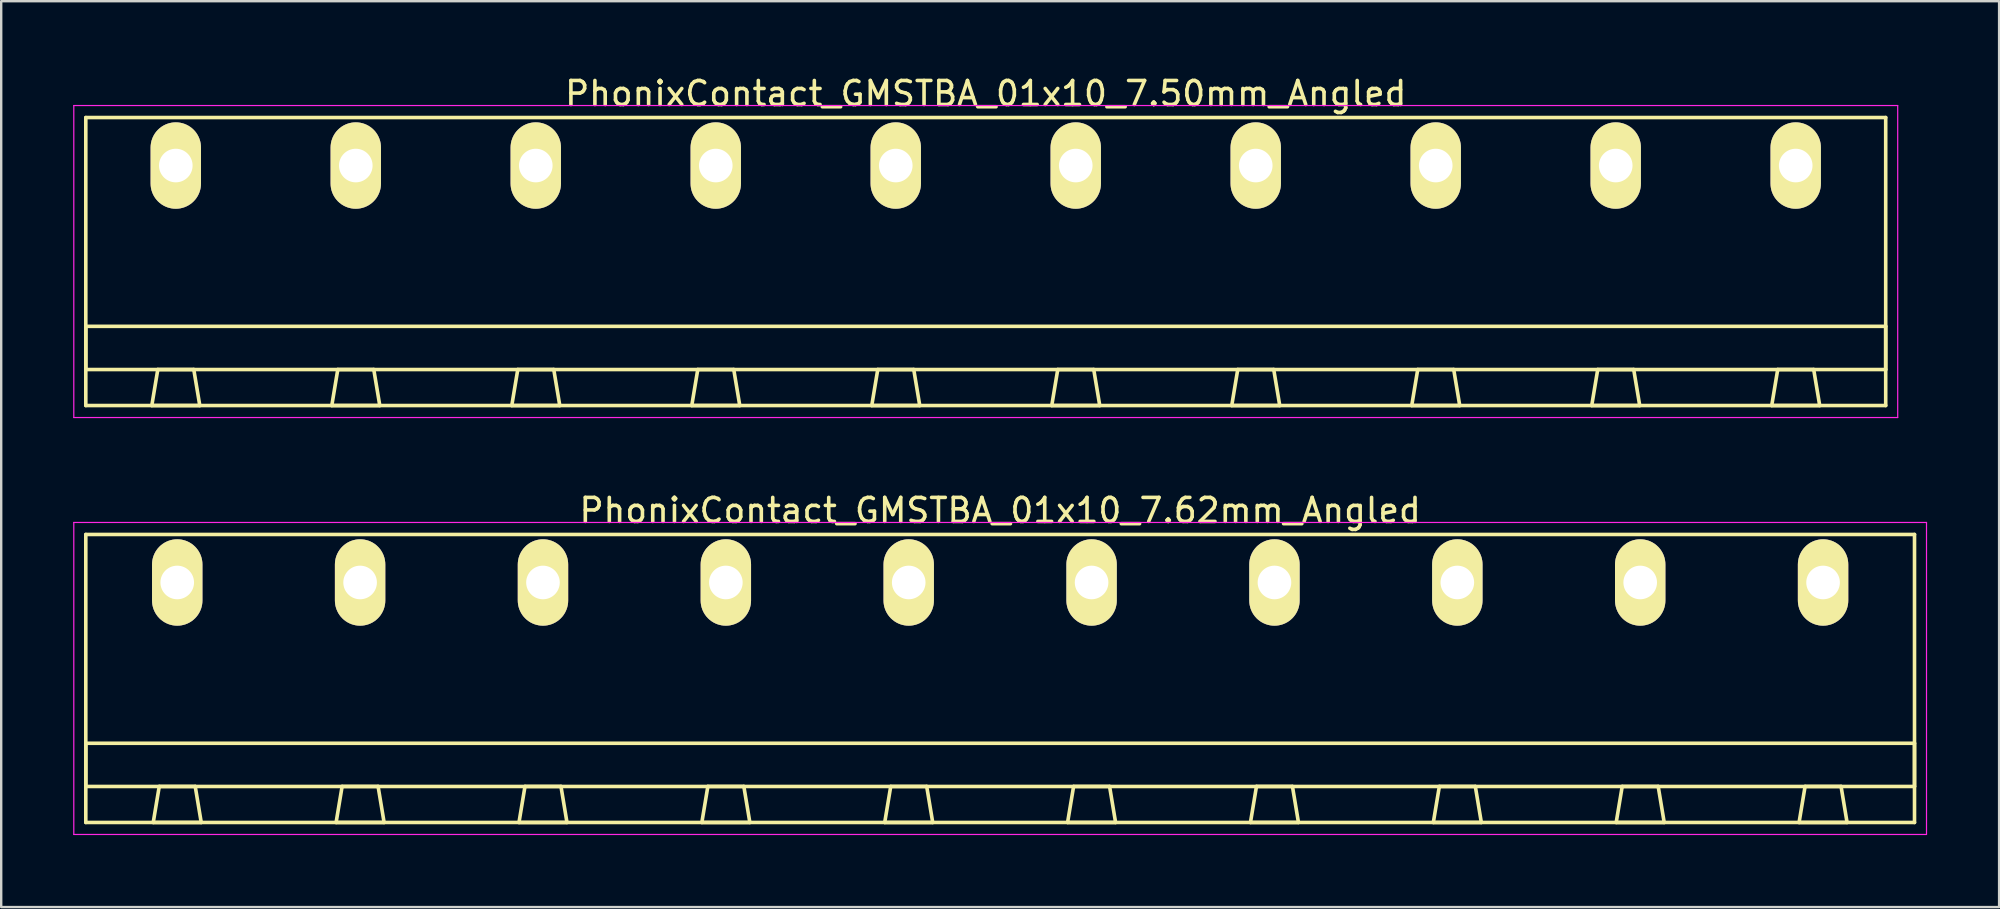
<source format=kicad_pcb>
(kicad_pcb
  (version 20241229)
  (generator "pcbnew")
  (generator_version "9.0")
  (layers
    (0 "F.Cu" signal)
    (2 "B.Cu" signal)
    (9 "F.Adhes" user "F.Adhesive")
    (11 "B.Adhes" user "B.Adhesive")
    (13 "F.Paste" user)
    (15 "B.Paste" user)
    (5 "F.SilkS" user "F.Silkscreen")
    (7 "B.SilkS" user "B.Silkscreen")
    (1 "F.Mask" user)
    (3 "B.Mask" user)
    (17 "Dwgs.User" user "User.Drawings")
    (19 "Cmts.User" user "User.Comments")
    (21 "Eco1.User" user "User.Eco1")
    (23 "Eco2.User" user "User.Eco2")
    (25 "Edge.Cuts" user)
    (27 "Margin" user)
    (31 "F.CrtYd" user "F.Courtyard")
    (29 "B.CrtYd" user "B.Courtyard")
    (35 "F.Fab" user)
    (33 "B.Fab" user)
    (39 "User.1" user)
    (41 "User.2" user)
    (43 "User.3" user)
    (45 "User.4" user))
  (footprint "PhonixContact_GMSTBA_01x10_7.50mm_Angled"
    (layer "F.Cu")
    (at 4.275 3.848)
    (property "Reference" "PhonixContact_GMSTBA_01x10_7.50mm_Angled" (at 33.75 -3 0) (layer "F.SilkS") (effects (font (size 1 1) (thickness 0.15))))
    (attr through_hole)
    (fp_line (start -3.75 -2) (end -3.75 10) (stroke (width 0.15) (type solid)) (layer "F.SilkS"))
    (fp_line (start -3.75 6.7) (end 71.25 6.7) (stroke (width 0.15) (type solid)) (layer "F.SilkS"))
    (fp_line (start -3.75 8.5) (end -3.75 6.7) (stroke (width 0.15) (type solid)) (layer "F.SilkS"))
    (fp_line (start -3.75 10) (end 71.25 10) (stroke (width 0.15) (type solid)) (layer "F.SilkS"))
    (fp_line (start -1 10) (end 1 10) (stroke (width 0.15) (type solid)) (layer "F.SilkS"))
    (fp_line (start -0.75 8.5) (end -1 10) (stroke (width 0.15) (type solid)) (layer "F.SilkS"))
    (fp_line (start 0.75 8.5) (end -0.75 8.5) (stroke (width 0.15) (type solid)) (layer "F.SilkS"))
    (fp_line (start 1 10) (end 0.75 8.5) (stroke (width 0.15) (type solid)) (layer "F.SilkS"))
    (fp_line (start 6.5 10) (end 8.5 10) (stroke (width 0.15) (type solid)) (layer "F.SilkS"))
    (fp_line (start 6.75 8.5) (end 6.5 10) (stroke (width 0.15) (type solid)) (layer "F.SilkS"))
    (fp_line (start 8.25 8.5) (end 6.75 8.5) (stroke (width 0.15) (type solid)) (layer "F.SilkS"))
    (fp_line (start 8.5 10) (end 8.25 8.5) (stroke (width 0.15) (type solid)) (layer "F.SilkS"))
    (fp_line (start 14 10) (end 16 10) (stroke (width 0.15) (type solid)) (layer "F.SilkS"))
    (fp_line (start 14.25 8.5) (end 14 10) (stroke (width 0.15) (type solid)) (layer "F.SilkS"))
    (fp_line (start 15.75 8.5) (end 14.25 8.5) (stroke (width 0.15) (type solid)) (layer "F.SilkS"))
    (fp_line (start 16 10) (end 15.75 8.5) (stroke (width 0.15) (type solid)) (layer "F.SilkS"))
    (fp_line (start 21.5 10) (end 23.5 10) (stroke (width 0.15) (type solid)) (layer "F.SilkS"))
    (fp_line (start 21.75 8.5) (end 21.5 10) (stroke (width 0.15) (type solid)) (layer "F.SilkS"))
    (fp_line (start 23.25 8.5) (end 21.75 8.5) (stroke (width 0.15) (type solid)) (layer "F.SilkS"))
    (fp_line (start 23.5 10) (end 23.25 8.5) (stroke (width 0.15) (type solid)) (layer "F.SilkS"))
    (fp_line (start 29 10) (end 31 10) (stroke (width 0.15) (type solid)) (layer "F.SilkS"))
    (fp_line (start 29.25 8.5) (end 29 10) (stroke (width 0.15) (type solid)) (layer "F.SilkS"))
    (fp_line (start 30.75 8.5) (end 29.25 8.5) (stroke (width 0.15) (type solid)) (layer "F.SilkS"))
    (fp_line (start 31 10) (end 30.75 8.5) (stroke (width 0.15) (type solid)) (layer "F.SilkS"))
    (fp_line (start 36.5 10) (end 38.5 10) (stroke (width 0.15) (type solid)) (layer "F.SilkS"))
    (fp_line (start 36.75 8.5) (end 36.5 10) (stroke (width 0.15) (type solid)) (layer "F.SilkS"))
    (fp_line (start 38.25 8.5) (end 36.75 8.5) (stroke (width 0.15) (type solid)) (layer "F.SilkS"))
    (fp_line (start 38.5 10) (end 38.25 8.5) (stroke (width 0.15) (type solid)) (layer "F.SilkS"))
    (fp_line (start 44 10) (end 46 10) (stroke (width 0.15) (type solid)) (layer "F.SilkS"))
    (fp_line (start 44.25 8.5) (end 44 10) (stroke (width 0.15) (type solid)) (layer "F.SilkS"))
    (fp_line (start 45.75 8.5) (end 44.25 8.5) (stroke (width 0.15) (type solid)) (layer "F.SilkS"))
    (fp_line (start 46 10) (end 45.75 8.5) (stroke (width 0.15) (type solid)) (layer "F.SilkS"))
    (fp_line (start 51.5 10) (end 53.5 10) (stroke (width 0.15) (type solid)) (layer "F.SilkS"))
    (fp_line (start 51.75 8.5) (end 51.5 10) (stroke (width 0.15) (type solid)) (layer "F.SilkS"))
    (fp_line (start 53.25 8.5) (end 51.75 8.5) (stroke (width 0.15) (type solid)) (layer "F.SilkS"))
    (fp_line (start 53.5 10) (end 53.25 8.5) (stroke (width 0.15) (type solid)) (layer "F.SilkS"))
    (fp_line (start 59 10) (end 61 10) (stroke (width 0.15) (type solid)) (layer "F.SilkS"))
    (fp_line (start 59.25 8.5) (end 59 10) (stroke (width 0.15) (type solid)) (layer "F.SilkS"))
    (fp_line (start 60.75 8.5) (end 59.25 8.5) (stroke (width 0.15) (type solid)) (layer "F.SilkS"))
    (fp_line (start 61 10) (end 60.75 8.5) (stroke (width 0.15) (type solid)) (layer "F.SilkS"))
    (fp_line (start 66.5 10) (end 68.5 10) (stroke (width 0.15) (type solid)) (layer "F.SilkS"))
    (fp_line (start 66.75 8.5) (end 66.5 10) (stroke (width 0.15) (type solid)) (layer "F.SilkS"))
    (fp_line (start 68.25 8.5) (end 66.75 8.5) (stroke (width 0.15) (type solid)) (layer "F.SilkS"))
    (fp_line (start 68.5 10) (end 68.25 8.5) (stroke (width 0.15) (type solid)) (layer "F.SilkS"))
    (fp_line (start 71.25 -2) (end -3.75 -2) (stroke (width 0.15) (type solid)) (layer "F.SilkS"))
    (fp_line (start 71.25 6.7) (end 71.25 8.5) (stroke (width 0.15) (type solid)) (layer "F.SilkS"))
    (fp_line (start 71.25 8.5) (end -3.75 8.5) (stroke (width 0.15) (type solid)) (layer "F.SilkS"))
    (fp_line (start 71.25 10) (end 71.25 -2) (stroke (width 0.15) (type solid)) (layer "F.SilkS"))
    (fp_line (start -4.25 -2.5) (end -4.25 10.5) (stroke (width 0.05) (type solid)) (layer "F.CrtYd"))
    (fp_line (start -4.25 10.5) (end 71.75 10.5) (stroke (width 0.05) (type solid)) (layer "F.CrtYd"))
    (fp_line (start 71.75 -2.5) (end -4.25 -2.5) (stroke (width 0.05) (type solid)) (layer "F.CrtYd"))
    (fp_line (start 71.75 10.5) (end 71.75 -2.5) (stroke (width 0.05) (type solid)) (layer "F.CrtYd"))
    (pad "1" thru_hole oval (at 0 0) (size 2.1 3.6) (drill 1.4) (layers "*.Cu" "*.Mask" "F.SilkS"))
    (pad "2" thru_hole oval (at 7.5 0) (size 2.1 3.6) (drill 1.4) (layers "*.Cu" "*.Mask" "F.SilkS"))
    (pad "3" thru_hole oval (at 15 0) (size 2.1 3.6) (drill 1.4) (layers "*.Cu" "*.Mask" "F.SilkS"))
    (pad "4" thru_hole oval (at 22.5 0) (size 2.1 3.6) (drill 1.4) (layers "*.Cu" "*.Mask" "F.SilkS"))
    (pad "5" thru_hole oval (at 30 0) (size 2.1 3.6) (drill 1.4) (layers "*.Cu" "*.Mask" "F.SilkS"))
    (pad "6" thru_hole oval (at 37.5 0) (size 2.1 3.6) (drill 1.4) (layers "*.Cu" "*.Mask" "F.SilkS"))
    (pad "7" thru_hole oval (at 45 0) (size 2.1 3.6) (drill 1.4) (layers "*.Cu" "*.Mask" "F.SilkS"))
    (pad "8" thru_hole oval (at 52.5 0) (size 2.1 3.6) (drill 1.4) (layers "*.Cu" "*.Mask" "F.SilkS"))
    (pad "9" thru_hole oval (at 60 0) (size 2.1 3.6) (drill 1.4) (layers "*.Cu" "*.Mask" "F.SilkS"))
    (pad "10" thru_hole oval (at 67.5 0) (size 2.1 3.6) (drill 1.4) (layers "*.Cu" "*.Mask" "F.SilkS")))
  (footprint "PhonixContact_GMSTBA_01x10_7.62mm_Angled"
    (layer "F.Cu")
    (at 4.335 21.221)
    (property "Reference" "PhonixContact_GMSTBA_01x10_7.62mm_Angled" (at 34.29 -3 0) (layer "F.SilkS") (effects (font (size 1 1) (thickness 0.15))))
    (attr through_hole)
    (fp_line (start -3.81 -2) (end -3.81 10) (stroke (width 0.15) (type solid)) (layer "F.SilkS"))
    (fp_line (start -3.81 6.7) (end 72.39 6.7) (stroke (width 0.15) (type solid)) (layer "F.SilkS"))
    (fp_line (start -3.81 8.5) (end -3.81 6.7) (stroke (width 0.15) (type solid)) (layer "F.SilkS"))
    (fp_line (start -3.81 10) (end 72.39 10) (stroke (width 0.15) (type solid)) (layer "F.SilkS"))
    (fp_line (start -1 10) (end 1 10) (stroke (width 0.15) (type solid)) (layer "F.SilkS"))
    (fp_line (start -0.75 8.5) (end -1 10) (stroke (width 0.15) (type solid)) (layer "F.SilkS"))
    (fp_line (start 0.75 8.5) (end -0.75 8.5) (stroke (width 0.15) (type solid)) (layer "F.SilkS"))
    (fp_line (start 1 10) (end 0.75 8.5) (stroke (width 0.15) (type solid)) (layer "F.SilkS"))
    (fp_line (start 6.62 10) (end 8.62 10) (stroke (width 0.15) (type solid)) (layer "F.SilkS"))
    (fp_line (start 6.87 8.5) (end 6.62 10) (stroke (width 0.15) (type solid)) (layer "F.SilkS"))
    (fp_line (start 8.37 8.5) (end 6.87 8.5) (stroke (width 0.15) (type solid)) (layer "F.SilkS"))
    (fp_line (start 8.62 10) (end 8.37 8.5) (stroke (width 0.15) (type solid)) (layer "F.SilkS"))
    (fp_line (start 14.24 10) (end 16.24 10) (stroke (width 0.15) (type solid)) (layer "F.SilkS"))
    (fp_line (start 14.49 8.5) (end 14.24 10) (stroke (width 0.15) (type solid)) (layer "F.SilkS"))
    (fp_line (start 15.99 8.5) (end 14.49 8.5) (stroke (width 0.15) (type solid)) (layer "F.SilkS"))
    (fp_line (start 16.24 10) (end 15.99 8.5) (stroke (width 0.15) (type solid)) (layer "F.SilkS"))
    (fp_line (start 21.86 10) (end 23.86 10) (stroke (width 0.15) (type solid)) (layer "F.SilkS"))
    (fp_line (start 22.11 8.5) (end 21.86 10) (stroke (width 0.15) (type solid)) (layer "F.SilkS"))
    (fp_line (start 23.61 8.5) (end 22.11 8.5) (stroke (width 0.15) (type solid)) (layer "F.SilkS"))
    (fp_line (start 23.86 10) (end 23.61 8.5) (stroke (width 0.15) (type solid)) (layer "F.SilkS"))
    (fp_line (start 29.48 10) (end 31.48 10) (stroke (width 0.15) (type solid)) (layer "F.SilkS"))
    (fp_line (start 29.73 8.5) (end 29.48 10) (stroke (width 0.15) (type solid)) (layer "F.SilkS"))
    (fp_line (start 31.23 8.5) (end 29.73 8.5) (stroke (width 0.15) (type solid)) (layer "F.SilkS"))
    (fp_line (start 31.48 10) (end 31.23 8.5) (stroke (width 0.15) (type solid)) (layer "F.SilkS"))
    (fp_line (start 37.1 10) (end 39.1 10) (stroke (width 0.15) (type solid)) (layer "F.SilkS"))
    (fp_line (start 37.35 8.5) (end 37.1 10) (stroke (width 0.15) (type solid)) (layer "F.SilkS"))
    (fp_line (start 38.85 8.5) (end 37.35 8.5) (stroke (width 0.15) (type solid)) (layer "F.SilkS"))
    (fp_line (start 39.1 10) (end 38.85 8.5) (stroke (width 0.15) (type solid)) (layer "F.SilkS"))
    (fp_line (start 44.72 10) (end 46.72 10) (stroke (width 0.15) (type solid)) (layer "F.SilkS"))
    (fp_line (start 44.97 8.5) (end 44.72 10) (stroke (width 0.15) (type solid)) (layer "F.SilkS"))
    (fp_line (start 46.47 8.5) (end 44.97 8.5) (stroke (width 0.15) (type solid)) (layer "F.SilkS"))
    (fp_line (start 46.72 10) (end 46.47 8.5) (stroke (width 0.15) (type solid)) (layer "F.SilkS"))
    (fp_line (start 52.34 10) (end 54.34 10) (stroke (width 0.15) (type solid)) (layer "F.SilkS"))
    (fp_line (start 52.59 8.5) (end 52.34 10) (stroke (width 0.15) (type solid)) (layer "F.SilkS"))
    (fp_line (start 54.09 8.5) (end 52.59 8.5) (stroke (width 0.15) (type solid)) (layer "F.SilkS"))
    (fp_line (start 54.34 10) (end 54.09 8.5) (stroke (width 0.15) (type solid)) (layer "F.SilkS"))
    (fp_line (start 59.96 10) (end 61.96 10) (stroke (width 0.15) (type solid)) (layer "F.SilkS"))
    (fp_line (start 60.21 8.5) (end 59.96 10) (stroke (width 0.15) (type solid)) (layer "F.SilkS"))
    (fp_line (start 61.71 8.5) (end 60.21 8.5) (stroke (width 0.15) (type solid)) (layer "F.SilkS"))
    (fp_line (start 61.96 10) (end 61.71 8.5) (stroke (width 0.15) (type solid)) (layer "F.SilkS"))
    (fp_line (start 67.58 10) (end 69.58 10) (stroke (width 0.15) (type solid)) (layer "F.SilkS"))
    (fp_line (start 67.83 8.5) (end 67.58 10) (stroke (width 0.15) (type solid)) (layer "F.SilkS"))
    (fp_line (start 69.33 8.5) (end 67.83 8.5) (stroke (width 0.15) (type solid)) (layer "F.SilkS"))
    (fp_line (start 69.58 10) (end 69.33 8.5) (stroke (width 0.15) (type solid)) (layer "F.SilkS"))
    (fp_line (start 72.39 -2) (end -3.81 -2) (stroke (width 0.15) (type solid)) (layer "F.SilkS"))
    (fp_line (start 72.39 6.7) (end 72.39 8.5) (stroke (width 0.15) (type solid)) (layer "F.SilkS"))
    (fp_line (start 72.39 8.5) (end -3.81 8.5) (stroke (width 0.15) (type solid)) (layer "F.SilkS"))
    (fp_line (start 72.39 10) (end 72.39 -2) (stroke (width 0.15) (type solid)) (layer "F.SilkS"))
    (fp_line (start -4.31 -2.5) (end -4.31 10.5) (stroke (width 0.05) (type solid)) (layer "F.CrtYd"))
    (fp_line (start -4.31 10.5) (end 72.89 10.5) (stroke (width 0.05) (type solid)) (layer "F.CrtYd"))
    (fp_line (start 72.89 -2.5) (end -4.31 -2.5) (stroke (width 0.05) (type solid)) (layer "F.CrtYd"))
    (fp_line (start 72.89 10.5) (end 72.89 -2.5) (stroke (width 0.05) (type solid)) (layer "F.CrtYd"))
    (pad "1" thru_hole oval (at 0 0) (size 2.1 3.6) (drill 1.4) (layers "*.Cu" "*.Mask" "F.SilkS"))
    (pad "2" thru_hole oval (at 7.62 0) (size 2.1 3.6) (drill 1.4) (layers "*.Cu" "*.Mask" "F.SilkS"))
    (pad "3" thru_hole oval (at 15.24 0) (size 2.1 3.6) (drill 1.4) (layers "*.Cu" "*.Mask" "F.SilkS"))
    (pad "4" thru_hole oval (at 22.86 0) (size 2.1 3.6) (drill 1.4) (layers "*.Cu" "*.Mask" "F.SilkS"))
    (pad "5" thru_hole oval (at 30.48 0) (size 2.1 3.6) (drill 1.4) (layers "*.Cu" "*.Mask" "F.SilkS"))
    (pad "6" thru_hole oval (at 38.1 0) (size 2.1 3.6) (drill 1.4) (layers "*.Cu" "*.Mask" "F.SilkS"))
    (pad "7" thru_hole oval (at 45.72 0) (size 2.1 3.6) (drill 1.4) (layers "*.Cu" "*.Mask" "F.SilkS"))
    (pad "8" thru_hole oval (at 53.34 0) (size 2.1 3.6) (drill 1.4) (layers "*.Cu" "*.Mask" "F.SilkS"))
    (pad "9" thru_hole oval (at 60.96 0) (size 2.1 3.6) (drill 1.4) (layers "*.Cu" "*.Mask" "F.SilkS"))
    (pad "10" thru_hole oval (at 68.58 0) (size 2.1 3.6) (drill 1.4) (layers "*.Cu" "*.Mask" "F.SilkS")))
  (gr_rect
    (start -3 -3)
    (end 80.25 34.746)
    (stroke (width 0.1) (type default))
    (fill no)
    (layer "Edge.Cuts")))
</source>
